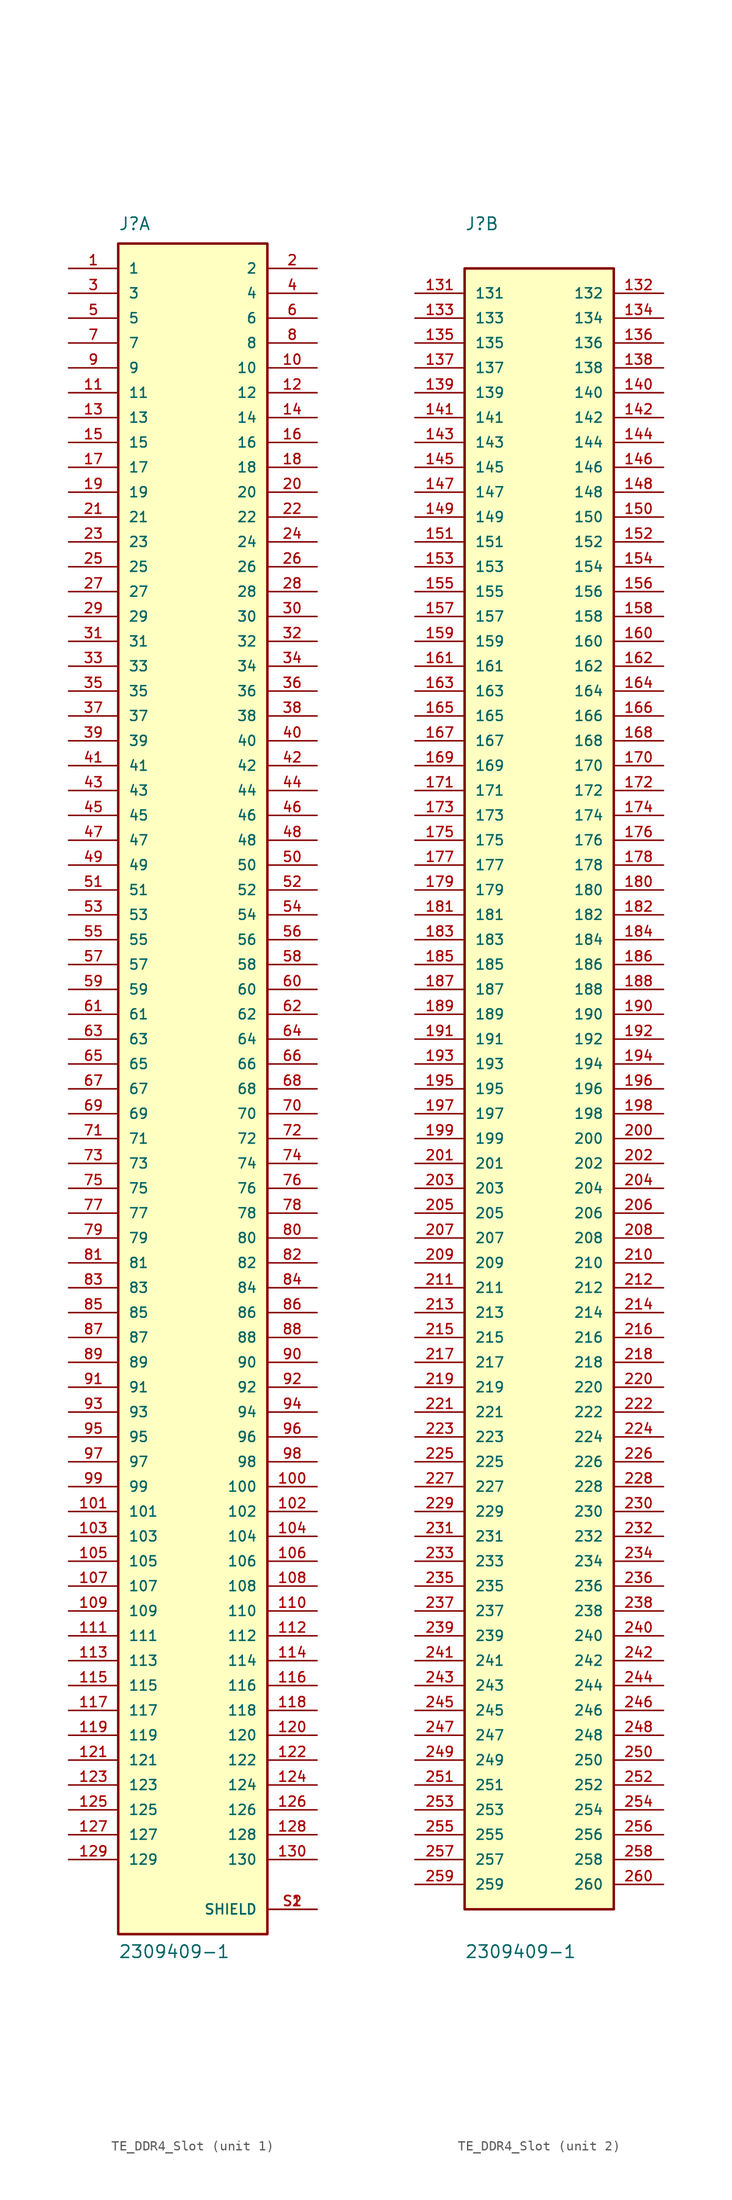
<source format=kicad_sym>
(kicad_symbol_lib
  (version 20231120)
  (generator "kicad_symbol_editor")
  (generator_version "8.0")
  (symbol "TE_DDR4_Slot"
    (pin_names
      (offset 1.016))
    (property "Reference" "J"
      (at -7.62 87.63 0)
      (effects (font (size 1.27 1.27)) (justify left bottom)))
    (property "Value" "2309409-1"
      (at -7.62 -88.9 0)
      (effects (font (size 1.27 1.27)) (justify left bottom)))
    (symbol "TE_DDR4_Slot_1_0"
      (rectangle (start -7.62 -86.36) (end 7.62 86.36) (stroke (width 0.254) (type default)) (fill (type background)))
      (pin passive line (at -12.7 83.82 0) (length 5.08) (name "1" (effects (font (size 1.016 1.016)))) (number "1" (effects (font (size 1.016 1.016)))))
      (pin passive line (at 12.7 73.66 180) (length 5.08) (name "10" (effects (font (size 1.016 1.016)))) (number "10" (effects (font (size 1.016 1.016)))))
      (pin passive line (at 12.7 -40.64 180) (length 5.08) (name "100" (effects (font (size 1.016 1.016)))) (number "100" (effects (font (size 1.016 1.016)))))
      (pin passive line (at -12.7 -43.18 0) (length 5.08) (name "101" (effects (font (size 1.016 1.016)))) (number "101" (effects (font (size 1.016 1.016)))))
      (pin passive line (at 12.7 -43.18 180) (length 5.08) (name "102" (effects (font (size 1.016 1.016)))) (number "102" (effects (font (size 1.016 1.016)))))
      (pin passive line (at -12.7 -45.72 0) (length 5.08) (name "103" (effects (font (size 1.016 1.016)))) (number "103" (effects (font (size 1.016 1.016)))))
      (pin passive line (at 12.7 -45.72 180) (length 5.08) (name "104" (effects (font (size 1.016 1.016)))) (number "104" (effects (font (size 1.016 1.016)))))
      (pin passive line (at -12.7 -48.26 0) (length 5.08) (name "105" (effects (font (size 1.016 1.016)))) (number "105" (effects (font (size 1.016 1.016)))))
      (pin passive line (at 12.7 -48.26 180) (length 5.08) (name "106" (effects (font (size 1.016 1.016)))) (number "106" (effects (font (size 1.016 1.016)))))
      (pin passive line (at -12.7 -50.8 0) (length 5.08) (name "107" (effects (font (size 1.016 1.016)))) (number "107" (effects (font (size 1.016 1.016)))))
      (pin passive line (at 12.7 -50.8 180) (length 5.08) (name "108" (effects (font (size 1.016 1.016)))) (number "108" (effects (font (size 1.016 1.016)))))
      (pin passive line (at -12.7 -53.34 0) (length 5.08) (name "109" (effects (font (size 1.016 1.016)))) (number "109" (effects (font (size 1.016 1.016)))))
      (pin passive line (at -12.7 71.12 0) (length 5.08) (name "11" (effects (font (size 1.016 1.016)))) (number "11" (effects (font (size 1.016 1.016)))))
      (pin passive line (at 12.7 -53.34 180) (length 5.08) (name "110" (effects (font (size 1.016 1.016)))) (number "110" (effects (font (size 1.016 1.016)))))
      (pin passive line (at -12.7 -55.88 0) (length 5.08) (name "111" (effects (font (size 1.016 1.016)))) (number "111" (effects (font (size 1.016 1.016)))))
      (pin passive line (at 12.7 -55.88 180) (length 5.08) (name "112" (effects (font (size 1.016 1.016)))) (number "112" (effects (font (size 1.016 1.016)))))
      (pin passive line (at -12.7 -58.42 0) (length 5.08) (name "113" (effects (font (size 1.016 1.016)))) (number "113" (effects (font (size 1.016 1.016)))))
      (pin passive line (at 12.7 -58.42 180) (length 5.08) (name "114" (effects (font (size 1.016 1.016)))) (number "114" (effects (font (size 1.016 1.016)))))
      (pin passive line (at -12.7 -60.96 0) (length 5.08) (name "115" (effects (font (size 1.016 1.016)))) (number "115" (effects (font (size 1.016 1.016)))))
      (pin passive line (at 12.7 -60.96 180) (length 5.08) (name "116" (effects (font (size 1.016 1.016)))) (number "116" (effects (font (size 1.016 1.016)))))
      (pin passive line (at -12.7 -63.5 0) (length 5.08) (name "117" (effects (font (size 1.016 1.016)))) (number "117" (effects (font (size 1.016 1.016)))))
      (pin passive line (at 12.7 -63.5 180) (length 5.08) (name "118" (effects (font (size 1.016 1.016)))) (number "118" (effects (font (size 1.016 1.016)))))
      (pin passive line (at -12.7 -66.04 0) (length 5.08) (name "119" (effects (font (size 1.016 1.016)))) (number "119" (effects (font (size 1.016 1.016)))))
      (pin passive line (at 12.7 71.12 180) (length 5.08) (name "12" (effects (font (size 1.016 1.016)))) (number "12" (effects (font (size 1.016 1.016)))))
      (pin passive line (at 12.7 -66.04 180) (length 5.08) (name "120" (effects (font (size 1.016 1.016)))) (number "120" (effects (font (size 1.016 1.016)))))
      (pin passive line (at -12.7 -68.58 0) (length 5.08) (name "121" (effects (font (size 1.016 1.016)))) (number "121" (effects (font (size 1.016 1.016)))))
      (pin passive line (at 12.7 -68.58 180) (length 5.08) (name "122" (effects (font (size 1.016 1.016)))) (number "122" (effects (font (size 1.016 1.016)))))
      (pin passive line (at -12.7 -71.12 0) (length 5.08) (name "123" (effects (font (size 1.016 1.016)))) (number "123" (effects (font (size 1.016 1.016)))))
      (pin passive line (at 12.7 -71.12 180) (length 5.08) (name "124" (effects (font (size 1.016 1.016)))) (number "124" (effects (font (size 1.016 1.016)))))
      (pin passive line (at -12.7 -73.66 0) (length 5.08) (name "125" (effects (font (size 1.016 1.016)))) (number "125" (effects (font (size 1.016 1.016)))))
      (pin passive line (at 12.7 -73.66 180) (length 5.08) (name "126" (effects (font (size 1.016 1.016)))) (number "126" (effects (font (size 1.016 1.016)))))
      (pin passive line (at -12.7 -76.2 0) (length 5.08) (name "127" (effects (font (size 1.016 1.016)))) (number "127" (effects (font (size 1.016 1.016)))))
      (pin passive line (at 12.7 -76.2 180) (length 5.08) (name "128" (effects (font (size 1.016 1.016)))) (number "128" (effects (font (size 1.016 1.016)))))
      (pin passive line (at -12.7 -78.74 0) (length 5.08) (name "129" (effects (font (size 1.016 1.016)))) (number "129" (effects (font (size 1.016 1.016)))))
      (pin passive line (at -12.7 68.58 0) (length 5.08) (name "13" (effects (font (size 1.016 1.016)))) (number "13" (effects (font (size 1.016 1.016)))))
      (pin passive line (at 12.7 -78.74 180) (length 5.08) (name "130" (effects (font (size 1.016 1.016)))) (number "130" (effects (font (size 1.016 1.016)))))
      (pin passive line (at 12.7 68.58 180) (length 5.08) (name "14" (effects (font (size 1.016 1.016)))) (number "14" (effects (font (size 1.016 1.016)))))
      (pin passive line (at -12.7 66.04 0) (length 5.08) (name "15" (effects (font (size 1.016 1.016)))) (number "15" (effects (font (size 1.016 1.016)))))
      (pin passive line (at 12.7 66.04 180) (length 5.08) (name "16" (effects (font (size 1.016 1.016)))) (number "16" (effects (font (size 1.016 1.016)))))
      (pin passive line (at -12.7 63.5 0) (length 5.08) (name "17" (effects (font (size 1.016 1.016)))) (number "17" (effects (font (size 1.016 1.016)))))
      (pin passive line (at 12.7 63.5 180) (length 5.08) (name "18" (effects (font (size 1.016 1.016)))) (number "18" (effects (font (size 1.016 1.016)))))
      (pin passive line (at -12.7 60.96 0) (length 5.08) (name "19" (effects (font (size 1.016 1.016)))) (number "19" (effects (font (size 1.016 1.016)))))
      (pin passive line (at 12.7 83.82 180) (length 5.08) (name "2" (effects (font (size 1.016 1.016)))) (number "2" (effects (font (size 1.016 1.016)))))
      (pin passive line (at 12.7 60.96 180) (length 5.08) (name "20" (effects (font (size 1.016 1.016)))) (number "20" (effects (font (size 1.016 1.016)))))
      (pin passive line (at -12.7 58.42 0) (length 5.08) (name "21" (effects (font (size 1.016 1.016)))) (number "21" (effects (font (size 1.016 1.016)))))
      (pin passive line (at 12.7 58.42 180) (length 5.08) (name "22" (effects (font (size 1.016 1.016)))) (number "22" (effects (font (size 1.016 1.016)))))
      (pin passive line (at -12.7 55.88 0) (length 5.08) (name "23" (effects (font (size 1.016 1.016)))) (number "23" (effects (font (size 1.016 1.016)))))
      (pin passive line (at 12.7 55.88 180) (length 5.08) (name "24" (effects (font (size 1.016 1.016)))) (number "24" (effects (font (size 1.016 1.016)))))
      (pin passive line (at -12.7 53.34 0) (length 5.08) (name "25" (effects (font (size 1.016 1.016)))) (number "25" (effects (font (size 1.016 1.016)))))
      (pin passive line (at 12.7 53.34 180) (length 5.08) (name "26" (effects (font (size 1.016 1.016)))) (number "26" (effects (font (size 1.016 1.016)))))
      (pin passive line (at -12.7 50.8 0) (length 5.08) (name "27" (effects (font (size 1.016 1.016)))) (number "27" (effects (font (size 1.016 1.016)))))
      (pin passive line (at 12.7 50.8 180) (length 5.08) (name "28" (effects (font (size 1.016 1.016)))) (number "28" (effects (font (size 1.016 1.016)))))
      (pin passive line (at -12.7 48.26 0) (length 5.08) (name "29" (effects (font (size 1.016 1.016)))) (number "29" (effects (font (size 1.016 1.016)))))
      (pin passive line (at -12.7 81.28 0) (length 5.08) (name "3" (effects (font (size 1.016 1.016)))) (number "3" (effects (font (size 1.016 1.016)))))
      (pin passive line (at 12.7 48.26 180) (length 5.08) (name "30" (effects (font (size 1.016 1.016)))) (number "30" (effects (font (size 1.016 1.016)))))
      (pin passive line (at -12.7 45.72 0) (length 5.08) (name "31" (effects (font (size 1.016 1.016)))) (number "31" (effects (font (size 1.016 1.016)))))
      (pin passive line (at 12.7 45.72 180) (length 5.08) (name "32" (effects (font (size 1.016 1.016)))) (number "32" (effects (font (size 1.016 1.016)))))
      (pin passive line (at -12.7 43.18 0) (length 5.08) (name "33" (effects (font (size 1.016 1.016)))) (number "33" (effects (font (size 1.016 1.016)))))
      (pin passive line (at 12.7 43.18 180) (length 5.08) (name "34" (effects (font (size 1.016 1.016)))) (number "34" (effects (font (size 1.016 1.016)))))
      (pin passive line (at -12.7 40.64 0) (length 5.08) (name "35" (effects (font (size 1.016 1.016)))) (number "35" (effects (font (size 1.016 1.016)))))
      (pin passive line (at 12.7 40.64 180) (length 5.08) (name "36" (effects (font (size 1.016 1.016)))) (number "36" (effects (font (size 1.016 1.016)))))
      (pin passive line (at -12.7 38.1 0) (length 5.08) (name "37" (effects (font (size 1.016 1.016)))) (number "37" (effects (font (size 1.016 1.016)))))
      (pin passive line (at 12.7 38.1 180) (length 5.08) (name "38" (effects (font (size 1.016 1.016)))) (number "38" (effects (font (size 1.016 1.016)))))
      (pin passive line (at -12.7 35.56 0) (length 5.08) (name "39" (effects (font (size 1.016 1.016)))) (number "39" (effects (font (size 1.016 1.016)))))
      (pin passive line (at 12.7 81.28 180) (length 5.08) (name "4" (effects (font (size 1.016 1.016)))) (number "4" (effects (font (size 1.016 1.016)))))
      (pin passive line (at 12.7 35.56 180) (length 5.08) (name "40" (effects (font (size 1.016 1.016)))) (number "40" (effects (font (size 1.016 1.016)))))
      (pin passive line (at -12.7 33.02 0) (length 5.08) (name "41" (effects (font (size 1.016 1.016)))) (number "41" (effects (font (size 1.016 1.016)))))
      (pin passive line (at 12.7 33.02 180) (length 5.08) (name "42" (effects (font (size 1.016 1.016)))) (number "42" (effects (font (size 1.016 1.016)))))
      (pin passive line (at -12.7 30.48 0) (length 5.08) (name "43" (effects (font (size 1.016 1.016)))) (number "43" (effects (font (size 1.016 1.016)))))
      (pin passive line (at 12.7 30.48 180) (length 5.08) (name "44" (effects (font (size 1.016 1.016)))) (number "44" (effects (font (size 1.016 1.016)))))
      (pin passive line (at -12.7 27.94 0) (length 5.08) (name "45" (effects (font (size 1.016 1.016)))) (number "45" (effects (font (size 1.016 1.016)))))
      (pin passive line (at 12.7 27.94 180) (length 5.08) (name "46" (effects (font (size 1.016 1.016)))) (number "46" (effects (font (size 1.016 1.016)))))
      (pin passive line (at -12.7 25.4 0) (length 5.08) (name "47" (effects (font (size 1.016 1.016)))) (number "47" (effects (font (size 1.016 1.016)))))
      (pin passive line (at 12.7 25.4 180) (length 5.08) (name "48" (effects (font (size 1.016 1.016)))) (number "48" (effects (font (size 1.016 1.016)))))
      (pin passive line (at -12.7 22.86 0) (length 5.08) (name "49" (effects (font (size 1.016 1.016)))) (number "49" (effects (font (size 1.016 1.016)))))
      (pin passive line (at -12.7 78.74 0) (length 5.08) (name "5" (effects (font (size 1.016 1.016)))) (number "5" (effects (font (size 1.016 1.016)))))
      (pin passive line (at 12.7 22.86 180) (length 5.08) (name "50" (effects (font (size 1.016 1.016)))) (number "50" (effects (font (size 1.016 1.016)))))
      (pin passive line (at -12.7 20.32 0) (length 5.08) (name "51" (effects (font (size 1.016 1.016)))) (number "51" (effects (font (size 1.016 1.016)))))
      (pin passive line (at 12.7 20.32 180) (length 5.08) (name "52" (effects (font (size 1.016 1.016)))) (number "52" (effects (font (size 1.016 1.016)))))
      (pin passive line (at -12.7 17.78 0) (length 5.08) (name "53" (effects (font (size 1.016 1.016)))) (number "53" (effects (font (size 1.016 1.016)))))
      (pin passive line (at 12.7 17.78 180) (length 5.08) (name "54" (effects (font (size 1.016 1.016)))) (number "54" (effects (font (size 1.016 1.016)))))
      (pin passive line (at -12.7 15.24 0) (length 5.08) (name "55" (effects (font (size 1.016 1.016)))) (number "55" (effects (font (size 1.016 1.016)))))
      (pin passive line (at 12.7 15.24 180) (length 5.08) (name "56" (effects (font (size 1.016 1.016)))) (number "56" (effects (font (size 1.016 1.016)))))
      (pin passive line (at -12.7 12.7 0) (length 5.08) (name "57" (effects (font (size 1.016 1.016)))) (number "57" (effects (font (size 1.016 1.016)))))
      (pin passive line (at 12.7 12.7 180) (length 5.08) (name "58" (effects (font (size 1.016 1.016)))) (number "58" (effects (font (size 1.016 1.016)))))
      (pin passive line (at -12.7 10.16 0) (length 5.08) (name "59" (effects (font (size 1.016 1.016)))) (number "59" (effects (font (size 1.016 1.016)))))
      (pin passive line (at 12.7 78.74 180) (length 5.08) (name "6" (effects (font (size 1.016 1.016)))) (number "6" (effects (font (size 1.016 1.016)))))
      (pin passive line (at 12.7 10.16 180) (length 5.08) (name "60" (effects (font (size 1.016 1.016)))) (number "60" (effects (font (size 1.016 1.016)))))
      (pin passive line (at -12.7 7.62 0) (length 5.08) (name "61" (effects (font (size 1.016 1.016)))) (number "61" (effects (font (size 1.016 1.016)))))
      (pin passive line (at 12.7 7.62 180) (length 5.08) (name "62" (effects (font (size 1.016 1.016)))) (number "62" (effects (font (size 1.016 1.016)))))
      (pin passive line (at -12.7 5.08 0) (length 5.08) (name "63" (effects (font (size 1.016 1.016)))) (number "63" (effects (font (size 1.016 1.016)))))
      (pin passive line (at 12.7 5.08 180) (length 5.08) (name "64" (effects (font (size 1.016 1.016)))) (number "64" (effects (font (size 1.016 1.016)))))
      (pin passive line (at -12.7 2.54 0) (length 5.08) (name "65" (effects (font (size 1.016 1.016)))) (number "65" (effects (font (size 1.016 1.016)))))
      (pin passive line (at 12.7 2.54 180) (length 5.08) (name "66" (effects (font (size 1.016 1.016)))) (number "66" (effects (font (size 1.016 1.016)))))
      (pin passive line (at -12.7 0 0) (length 5.08) (name "67" (effects (font (size 1.016 1.016)))) (number "67" (effects (font (size 1.016 1.016)))))
      (pin passive line (at 12.7 0 180) (length 5.08) (name "68" (effects (font (size 1.016 1.016)))) (number "68" (effects (font (size 1.016 1.016)))))
      (pin passive line (at -12.7 -2.54 0) (length 5.08) (name "69" (effects (font (size 1.016 1.016)))) (number "69" (effects (font (size 1.016 1.016)))))
      (pin passive line (at -12.7 76.2 0) (length 5.08) (name "7" (effects (font (size 1.016 1.016)))) (number "7" (effects (font (size 1.016 1.016)))))
      (pin passive line (at 12.7 -2.54 180) (length 5.08) (name "70" (effects (font (size 1.016 1.016)))) (number "70" (effects (font (size 1.016 1.016)))))
      (pin passive line (at -12.7 -5.08 0) (length 5.08) (name "71" (effects (font (size 1.016 1.016)))) (number "71" (effects (font (size 1.016 1.016)))))
      (pin passive line (at 12.7 -5.08 180) (length 5.08) (name "72" (effects (font (size 1.016 1.016)))) (number "72" (effects (font (size 1.016 1.016)))))
      (pin passive line (at -12.7 -7.62 0) (length 5.08) (name "73" (effects (font (size 1.016 1.016)))) (number "73" (effects (font (size 1.016 1.016)))))
      (pin passive line (at 12.7 -7.62 180) (length 5.08) (name "74" (effects (font (size 1.016 1.016)))) (number "74" (effects (font (size 1.016 1.016)))))
      (pin passive line (at -12.7 -10.16 0) (length 5.08) (name "75" (effects (font (size 1.016 1.016)))) (number "75" (effects (font (size 1.016 1.016)))))
      (pin passive line (at 12.7 -10.16 180) (length 5.08) (name "76" (effects (font (size 1.016 1.016)))) (number "76" (effects (font (size 1.016 1.016)))))
      (pin passive line (at -12.7 -12.7 0) (length 5.08) (name "77" (effects (font (size 1.016 1.016)))) (number "77" (effects (font (size 1.016 1.016)))))
      (pin passive line (at 12.7 -12.7 180) (length 5.08) (name "78" (effects (font (size 1.016 1.016)))) (number "78" (effects (font (size 1.016 1.016)))))
      (pin passive line (at -12.7 -15.24 0) (length 5.08) (name "79" (effects (font (size 1.016 1.016)))) (number "79" (effects (font (size 1.016 1.016)))))
      (pin passive line (at 12.7 76.2 180) (length 5.08) (name "8" (effects (font (size 1.016 1.016)))) (number "8" (effects (font (size 1.016 1.016)))))
      (pin passive line (at 12.7 -15.24 180) (length 5.08) (name "80" (effects (font (size 1.016 1.016)))) (number "80" (effects (font (size 1.016 1.016)))))
      (pin passive line (at -12.7 -17.78 0) (length 5.08) (name "81" (effects (font (size 1.016 1.016)))) (number "81" (effects (font (size 1.016 1.016)))))
      (pin passive line (at 12.7 -17.78 180) (length 5.08) (name "82" (effects (font (size 1.016 1.016)))) (number "82" (effects (font (size 1.016 1.016)))))
      (pin passive line (at -12.7 -20.32 0) (length 5.08) (name "83" (effects (font (size 1.016 1.016)))) (number "83" (effects (font (size 1.016 1.016)))))
      (pin passive line (at 12.7 -20.32 180) (length 5.08) (name "84" (effects (font (size 1.016 1.016)))) (number "84" (effects (font (size 1.016 1.016)))))
      (pin passive line (at -12.7 -22.86 0) (length 5.08) (name "85" (effects (font (size 1.016 1.016)))) (number "85" (effects (font (size 1.016 1.016)))))
      (pin passive line (at 12.7 -22.86 180) (length 5.08) (name "86" (effects (font (size 1.016 1.016)))) (number "86" (effects (font (size 1.016 1.016)))))
      (pin passive line (at -12.7 -25.4 0) (length 5.08) (name "87" (effects (font (size 1.016 1.016)))) (number "87" (effects (font (size 1.016 1.016)))))
      (pin passive line (at 12.7 -25.4 180) (length 5.08) (name "88" (effects (font (size 1.016 1.016)))) (number "88" (effects (font (size 1.016 1.016)))))
      (pin passive line (at -12.7 -27.94 0) (length 5.08) (name "89" (effects (font (size 1.016 1.016)))) (number "89" (effects (font (size 1.016 1.016)))))
      (pin passive line (at -12.7 73.66 0) (length 5.08) (name "9" (effects (font (size 1.016 1.016)))) (number "9" (effects (font (size 1.016 1.016)))))
      (pin passive line (at 12.7 -27.94 180) (length 5.08) (name "90" (effects (font (size 1.016 1.016)))) (number "90" (effects (font (size 1.016 1.016)))))
      (pin passive line (at -12.7 -30.48 0) (length 5.08) (name "91" (effects (font (size 1.016 1.016)))) (number "91" (effects (font (size 1.016 1.016)))))
      (pin passive line (at 12.7 -30.48 180) (length 5.08) (name "92" (effects (font (size 1.016 1.016)))) (number "92" (effects (font (size 1.016 1.016)))))
      (pin passive line (at -12.7 -33.02 0) (length 5.08) (name "93" (effects (font (size 1.016 1.016)))) (number "93" (effects (font (size 1.016 1.016)))))
      (pin passive line (at 12.7 -33.02 180) (length 5.08) (name "94" (effects (font (size 1.016 1.016)))) (number "94" (effects (font (size 1.016 1.016)))))
      (pin passive line (at -12.7 -35.56 0) (length 5.08) (name "95" (effects (font (size 1.016 1.016)))) (number "95" (effects (font (size 1.016 1.016)))))
      (pin passive line (at 12.7 -35.56 180) (length 5.08) (name "96" (effects (font (size 1.016 1.016)))) (number "96" (effects (font (size 1.016 1.016)))))
      (pin passive line (at -12.7 -38.1 0) (length 5.08) (name "97" (effects (font (size 1.016 1.016)))) (number "97" (effects (font (size 1.016 1.016)))))
      (pin passive line (at 12.7 -38.1 180) (length 5.08) (name "98" (effects (font (size 1.016 1.016)))) (number "98" (effects (font (size 1.016 1.016)))))
      (pin passive line (at -12.7 -40.64 0) (length 5.08) (name "99" (effects (font (size 1.016 1.016)))) (number "99" (effects (font (size 1.016 1.016)))))
      (pin passive line (at 12.7 -83.82 180) (length 5.08) (name "SHIELD" (effects (font (size 1.016 1.016)))) (number "S1" (effects (font (size 1.016 1.016)))))
      (pin passive line (at 12.7 -83.82 180) (length 5.08) (name "SHIELD" (effects (font (size 1.016 1.016)))) (number "S2" (effects (font (size 1.016 1.016))))))
    (symbol "TE_DDR4_Slot_2_0"
      (rectangle (start -7.62 -83.82) (end 7.62 83.82) (stroke (width 0.254) (type default)) (fill (type background)))
      (pin passive line (at -12.7 81.28 0) (length 5.08) (name "131" (effects (font (size 1.016 1.016)))) (number "131" (effects (font (size 1.016 1.016)))))
      (pin passive line (at 12.7 81.28 180) (length 5.08) (name "132" (effects (font (size 1.016 1.016)))) (number "132" (effects (font (size 1.016 1.016)))))
      (pin passive line (at -12.7 78.74 0) (length 5.08) (name "133" (effects (font (size 1.016 1.016)))) (number "133" (effects (font (size 1.016 1.016)))))
      (pin passive line (at 12.7 78.74 180) (length 5.08) (name "134" (effects (font (size 1.016 1.016)))) (number "134" (effects (font (size 1.016 1.016)))))
      (pin passive line (at -12.7 76.2 0) (length 5.08) (name "135" (effects (font (size 1.016 1.016)))) (number "135" (effects (font (size 1.016 1.016)))))
      (pin passive line (at 12.7 76.2 180) (length 5.08) (name "136" (effects (font (size 1.016 1.016)))) (number "136" (effects (font (size 1.016 1.016)))))
      (pin passive line (at -12.7 73.66 0) (length 5.08) (name "137" (effects (font (size 1.016 1.016)))) (number "137" (effects (font (size 1.016 1.016)))))
      (pin passive line (at 12.7 73.66 180) (length 5.08) (name "138" (effects (font (size 1.016 1.016)))) (number "138" (effects (font (size 1.016 1.016)))))
      (pin passive line (at -12.7 71.12 0) (length 5.08) (name "139" (effects (font (size 1.016 1.016)))) (number "139" (effects (font (size 1.016 1.016)))))
      (pin passive line (at 12.7 71.12 180) (length 5.08) (name "140" (effects (font (size 1.016 1.016)))) (number "140" (effects (font (size 1.016 1.016)))))
      (pin passive line (at -12.7 68.58 0) (length 5.08) (name "141" (effects (font (size 1.016 1.016)))) (number "141" (effects (font (size 1.016 1.016)))))
      (pin passive line (at 12.7 68.58 180) (length 5.08) (name "142" (effects (font (size 1.016 1.016)))) (number "142" (effects (font (size 1.016 1.016)))))
      (pin passive line (at -12.7 66.04 0) (length 5.08) (name "143" (effects (font (size 1.016 1.016)))) (number "143" (effects (font (size 1.016 1.016)))))
      (pin passive line (at 12.7 66.04 180) (length 5.08) (name "144" (effects (font (size 1.016 1.016)))) (number "144" (effects (font (size 1.016 1.016)))))
      (pin passive line (at -12.7 63.5 0) (length 5.08) (name "145" (effects (font (size 1.016 1.016)))) (number "145" (effects (font (size 1.016 1.016)))))
      (pin passive line (at 12.7 63.5 180) (length 5.08) (name "146" (effects (font (size 1.016 1.016)))) (number "146" (effects (font (size 1.016 1.016)))))
      (pin passive line (at -12.7 60.96 0) (length 5.08) (name "147" (effects (font (size 1.016 1.016)))) (number "147" (effects (font (size 1.016 1.016)))))
      (pin passive line (at 12.7 60.96 180) (length 5.08) (name "148" (effects (font (size 1.016 1.016)))) (number "148" (effects (font (size 1.016 1.016)))))
      (pin passive line (at -12.7 58.42 0) (length 5.08) (name "149" (effects (font (size 1.016 1.016)))) (number "149" (effects (font (size 1.016 1.016)))))
      (pin passive line (at 12.7 58.42 180) (length 5.08) (name "150" (effects (font (size 1.016 1.016)))) (number "150" (effects (font (size 1.016 1.016)))))
      (pin passive line (at -12.7 55.88 0) (length 5.08) (name "151" (effects (font (size 1.016 1.016)))) (number "151" (effects (font (size 1.016 1.016)))))
      (pin passive line (at 12.7 55.88 180) (length 5.08) (name "152" (effects (font (size 1.016 1.016)))) (number "152" (effects (font (size 1.016 1.016)))))
      (pin passive line (at -12.7 53.34 0) (length 5.08) (name "153" (effects (font (size 1.016 1.016)))) (number "153" (effects (font (size 1.016 1.016)))))
      (pin passive line (at 12.7 53.34 180) (length 5.08) (name "154" (effects (font (size 1.016 1.016)))) (number "154" (effects (font (size 1.016 1.016)))))
      (pin passive line (at -12.7 50.8 0) (length 5.08) (name "155" (effects (font (size 1.016 1.016)))) (number "155" (effects (font (size 1.016 1.016)))))
      (pin passive line (at 12.7 50.8 180) (length 5.08) (name "156" (effects (font (size 1.016 1.016)))) (number "156" (effects (font (size 1.016 1.016)))))
      (pin passive line (at -12.7 48.26 0) (length 5.08) (name "157" (effects (font (size 1.016 1.016)))) (number "157" (effects (font (size 1.016 1.016)))))
      (pin passive line (at 12.7 48.26 180) (length 5.08) (name "158" (effects (font (size 1.016 1.016)))) (number "158" (effects (font (size 1.016 1.016)))))
      (pin passive line (at -12.7 45.72 0) (length 5.08) (name "159" (effects (font (size 1.016 1.016)))) (number "159" (effects (font (size 1.016 1.016)))))
      (pin passive line (at 12.7 45.72 180) (length 5.08) (name "160" (effects (font (size 1.016 1.016)))) (number "160" (effects (font (size 1.016 1.016)))))
      (pin passive line (at -12.7 43.18 0) (length 5.08) (name "161" (effects (font (size 1.016 1.016)))) (number "161" (effects (font (size 1.016 1.016)))))
      (pin passive line (at 12.7 43.18 180) (length 5.08) (name "162" (effects (font (size 1.016 1.016)))) (number "162" (effects (font (size 1.016 1.016)))))
      (pin passive line (at -12.7 40.64 0) (length 5.08) (name "163" (effects (font (size 1.016 1.016)))) (number "163" (effects (font (size 1.016 1.016)))))
      (pin passive line (at 12.7 40.64 180) (length 5.08) (name "164" (effects (font (size 1.016 1.016)))) (number "164" (effects (font (size 1.016 1.016)))))
      (pin passive line (at -12.7 38.1 0) (length 5.08) (name "165" (effects (font (size 1.016 1.016)))) (number "165" (effects (font (size 1.016 1.016)))))
      (pin passive line (at 12.7 38.1 180) (length 5.08) (name "166" (effects (font (size 1.016 1.016)))) (number "166" (effects (font (size 1.016 1.016)))))
      (pin passive line (at -12.7 35.56 0) (length 5.08) (name "167" (effects (font (size 1.016 1.016)))) (number "167" (effects (font (size 1.016 1.016)))))
      (pin passive line (at 12.7 35.56 180) (length 5.08) (name "168" (effects (font (size 1.016 1.016)))) (number "168" (effects (font (size 1.016 1.016)))))
      (pin passive line (at -12.7 33.02 0) (length 5.08) (name "169" (effects (font (size 1.016 1.016)))) (number "169" (effects (font (size 1.016 1.016)))))
      (pin passive line (at 12.7 33.02 180) (length 5.08) (name "170" (effects (font (size 1.016 1.016)))) (number "170" (effects (font (size 1.016 1.016)))))
      (pin passive line (at -12.7 30.48 0) (length 5.08) (name "171" (effects (font (size 1.016 1.016)))) (number "171" (effects (font (size 1.016 1.016)))))
      (pin passive line (at 12.7 30.48 180) (length 5.08) (name "172" (effects (font (size 1.016 1.016)))) (number "172" (effects (font (size 1.016 1.016)))))
      (pin passive line (at -12.7 27.94 0) (length 5.08) (name "173" (effects (font (size 1.016 1.016)))) (number "173" (effects (font (size 1.016 1.016)))))
      (pin passive line (at 12.7 27.94 180) (length 5.08) (name "174" (effects (font (size 1.016 1.016)))) (number "174" (effects (font (size 1.016 1.016)))))
      (pin passive line (at -12.7 25.4 0) (length 5.08) (name "175" (effects (font (size 1.016 1.016)))) (number "175" (effects (font (size 1.016 1.016)))))
      (pin passive line (at 12.7 25.4 180) (length 5.08) (name "176" (effects (font (size 1.016 1.016)))) (number "176" (effects (font (size 1.016 1.016)))))
      (pin passive line (at -12.7 22.86 0) (length 5.08) (name "177" (effects (font (size 1.016 1.016)))) (number "177" (effects (font (size 1.016 1.016)))))
      (pin passive line (at 12.7 22.86 180) (length 5.08) (name "178" (effects (font (size 1.016 1.016)))) (number "178" (effects (font (size 1.016 1.016)))))
      (pin passive line (at -12.7 20.32 0) (length 5.08) (name "179" (effects (font (size 1.016 1.016)))) (number "179" (effects (font (size 1.016 1.016)))))
      (pin passive line (at 12.7 20.32 180) (length 5.08) (name "180" (effects (font (size 1.016 1.016)))) (number "180" (effects (font (size 1.016 1.016)))))
      (pin passive line (at -12.7 17.78 0) (length 5.08) (name "181" (effects (font (size 1.016 1.016)))) (number "181" (effects (font (size 1.016 1.016)))))
      (pin passive line (at 12.7 17.78 180) (length 5.08) (name "182" (effects (font (size 1.016 1.016)))) (number "182" (effects (font (size 1.016 1.016)))))
      (pin passive line (at -12.7 15.24 0) (length 5.08) (name "183" (effects (font (size 1.016 1.016)))) (number "183" (effects (font (size 1.016 1.016)))))
      (pin passive line (at 12.7 15.24 180) (length 5.08) (name "184" (effects (font (size 1.016 1.016)))) (number "184" (effects (font (size 1.016 1.016)))))
      (pin passive line (at -12.7 12.7 0) (length 5.08) (name "185" (effects (font (size 1.016 1.016)))) (number "185" (effects (font (size 1.016 1.016)))))
      (pin passive line (at 12.7 12.7 180) (length 5.08) (name "186" (effects (font (size 1.016 1.016)))) (number "186" (effects (font (size 1.016 1.016)))))
      (pin passive line (at -12.7 10.16 0) (length 5.08) (name "187" (effects (font (size 1.016 1.016)))) (number "187" (effects (font (size 1.016 1.016)))))
      (pin passive line (at 12.7 10.16 180) (length 5.08) (name "188" (effects (font (size 1.016 1.016)))) (number "188" (effects (font (size 1.016 1.016)))))
      (pin passive line (at -12.7 7.62 0) (length 5.08) (name "189" (effects (font (size 1.016 1.016)))) (number "189" (effects (font (size 1.016 1.016)))))
      (pin passive line (at 12.7 7.62 180) (length 5.08) (name "190" (effects (font (size 1.016 1.016)))) (number "190" (effects (font (size 1.016 1.016)))))
      (pin passive line (at -12.7 5.08 0) (length 5.08) (name "191" (effects (font (size 1.016 1.016)))) (number "191" (effects (font (size 1.016 1.016)))))
      (pin passive line (at 12.7 5.08 180) (length 5.08) (name "192" (effects (font (size 1.016 1.016)))) (number "192" (effects (font (size 1.016 1.016)))))
      (pin passive line (at -12.7 2.54 0) (length 5.08) (name "193" (effects (font (size 1.016 1.016)))) (number "193" (effects (font (size 1.016 1.016)))))
      (pin passive line (at 12.7 2.54 180) (length 5.08) (name "194" (effects (font (size 1.016 1.016)))) (number "194" (effects (font (size 1.016 1.016)))))
      (pin passive line (at -12.7 0 0) (length 5.08) (name "195" (effects (font (size 1.016 1.016)))) (number "195" (effects (font (size 1.016 1.016)))))
      (pin passive line (at 12.7 0 180) (length 5.08) (name "196" (effects (font (size 1.016 1.016)))) (number "196" (effects (font (size 1.016 1.016)))))
      (pin passive line (at -12.7 -2.54 0) (length 5.08) (name "197" (effects (font (size 1.016 1.016)))) (number "197" (effects (font (size 1.016 1.016)))))
      (pin passive line (at 12.7 -2.54 180) (length 5.08) (name "198" (effects (font (size 1.016 1.016)))) (number "198" (effects (font (size 1.016 1.016)))))
      (pin passive line (at -12.7 -5.08 0) (length 5.08) (name "199" (effects (font (size 1.016 1.016)))) (number "199" (effects (font (size 1.016 1.016)))))
      (pin passive line (at 12.7 -5.08 180) (length 5.08) (name "200" (effects (font (size 1.016 1.016)))) (number "200" (effects (font (size 1.016 1.016)))))
      (pin passive line (at -12.7 -7.62 0) (length 5.08) (name "201" (effects (font (size 1.016 1.016)))) (number "201" (effects (font (size 1.016 1.016)))))
      (pin passive line (at 12.7 -7.62 180) (length 5.08) (name "202" (effects (font (size 1.016 1.016)))) (number "202" (effects (font (size 1.016 1.016)))))
      (pin passive line (at -12.7 -10.16 0) (length 5.08) (name "203" (effects (font (size 1.016 1.016)))) (number "203" (effects (font (size 1.016 1.016)))))
      (pin passive line (at 12.7 -10.16 180) (length 5.08) (name "204" (effects (font (size 1.016 1.016)))) (number "204" (effects (font (size 1.016 1.016)))))
      (pin passive line (at -12.7 -12.7 0) (length 5.08) (name "205" (effects (font (size 1.016 1.016)))) (number "205" (effects (font (size 1.016 1.016)))))
      (pin passive line (at 12.7 -12.7 180) (length 5.08) (name "206" (effects (font (size 1.016 1.016)))) (number "206" (effects (font (size 1.016 1.016)))))
      (pin passive line (at -12.7 -15.24 0) (length 5.08) (name "207" (effects (font (size 1.016 1.016)))) (number "207" (effects (font (size 1.016 1.016)))))
      (pin passive line (at 12.7 -15.24 180) (length 5.08) (name "208" (effects (font (size 1.016 1.016)))) (number "208" (effects (font (size 1.016 1.016)))))
      (pin passive line (at -12.7 -17.78 0) (length 5.08) (name "209" (effects (font (size 1.016 1.016)))) (number "209" (effects (font (size 1.016 1.016)))))
      (pin passive line (at 12.7 -17.78 180) (length 5.08) (name "210" (effects (font (size 1.016 1.016)))) (number "210" (effects (font (size 1.016 1.016)))))
      (pin passive line (at -12.7 -20.32 0) (length 5.08) (name "211" (effects (font (size 1.016 1.016)))) (number "211" (effects (font (size 1.016 1.016)))))
      (pin passive line (at 12.7 -20.32 180) (length 5.08) (name "212" (effects (font (size 1.016 1.016)))) (number "212" (effects (font (size 1.016 1.016)))))
      (pin passive line (at -12.7 -22.86 0) (length 5.08) (name "213" (effects (font (size 1.016 1.016)))) (number "213" (effects (font (size 1.016 1.016)))))
      (pin passive line (at 12.7 -22.86 180) (length 5.08) (name "214" (effects (font (size 1.016 1.016)))) (number "214" (effects (font (size 1.016 1.016)))))
      (pin passive line (at -12.7 -25.4 0) (length 5.08) (name "215" (effects (font (size 1.016 1.016)))) (number "215" (effects (font (size 1.016 1.016)))))
      (pin passive line (at 12.7 -25.4 180) (length 5.08) (name "216" (effects (font (size 1.016 1.016)))) (number "216" (effects (font (size 1.016 1.016)))))
      (pin passive line (at -12.7 -27.94 0) (length 5.08) (name "217" (effects (font (size 1.016 1.016)))) (number "217" (effects (font (size 1.016 1.016)))))
      (pin passive line (at 12.7 -27.94 180) (length 5.08) (name "218" (effects (font (size 1.016 1.016)))) (number "218" (effects (font (size 1.016 1.016)))))
      (pin passive line (at -12.7 -30.48 0) (length 5.08) (name "219" (effects (font (size 1.016 1.016)))) (number "219" (effects (font (size 1.016 1.016)))))
      (pin passive line (at 12.7 -30.48 180) (length 5.08) (name "220" (effects (font (size 1.016 1.016)))) (number "220" (effects (font (size 1.016 1.016)))))
      (pin passive line (at -12.7 -33.02 0) (length 5.08) (name "221" (effects (font (size 1.016 1.016)))) (number "221" (effects (font (size 1.016 1.016)))))
      (pin passive line (at 12.7 -33.02 180) (length 5.08) (name "222" (effects (font (size 1.016 1.016)))) (number "222" (effects (font (size 1.016 1.016)))))
      (pin passive line (at -12.7 -35.56 0) (length 5.08) (name "223" (effects (font (size 1.016 1.016)))) (number "223" (effects (font (size 1.016 1.016)))))
      (pin passive line (at 12.7 -35.56 180) (length 5.08) (name "224" (effects (font (size 1.016 1.016)))) (number "224" (effects (font (size 1.016 1.016)))))
      (pin passive line (at -12.7 -38.1 0) (length 5.08) (name "225" (effects (font (size 1.016 1.016)))) (number "225" (effects (font (size 1.016 1.016)))))
      (pin passive line (at 12.7 -38.1 180) (length 5.08) (name "226" (effects (font (size 1.016 1.016)))) (number "226" (effects (font (size 1.016 1.016)))))
      (pin passive line (at -12.7 -40.64 0) (length 5.08) (name "227" (effects (font (size 1.016 1.016)))) (number "227" (effects (font (size 1.016 1.016)))))
      (pin passive line (at 12.7 -40.64 180) (length 5.08) (name "228" (effects (font (size 1.016 1.016)))) (number "228" (effects (font (size 1.016 1.016)))))
      (pin passive line (at -12.7 -43.18 0) (length 5.08) (name "229" (effects (font (size 1.016 1.016)))) (number "229" (effects (font (size 1.016 1.016)))))
      (pin passive line (at 12.7 -43.18 180) (length 5.08) (name "230" (effects (font (size 1.016 1.016)))) (number "230" (effects (font (size 1.016 1.016)))))
      (pin passive line (at -12.7 -45.72 0) (length 5.08) (name "231" (effects (font (size 1.016 1.016)))) (number "231" (effects (font (size 1.016 1.016)))))
      (pin passive line (at 12.7 -45.72 180) (length 5.08) (name "232" (effects (font (size 1.016 1.016)))) (number "232" (effects (font (size 1.016 1.016)))))
      (pin passive line (at -12.7 -48.26 0) (length 5.08) (name "233" (effects (font (size 1.016 1.016)))) (number "233" (effects (font (size 1.016 1.016)))))
      (pin passive line (at 12.7 -48.26 180) (length 5.08) (name "234" (effects (font (size 1.016 1.016)))) (number "234" (effects (font (size 1.016 1.016)))))
      (pin passive line (at -12.7 -50.8 0) (length 5.08) (name "235" (effects (font (size 1.016 1.016)))) (number "235" (effects (font (size 1.016 1.016)))))
      (pin passive line (at 12.7 -50.8 180) (length 5.08) (name "236" (effects (font (size 1.016 1.016)))) (number "236" (effects (font (size 1.016 1.016)))))
      (pin passive line (at -12.7 -53.34 0) (length 5.08) (name "237" (effects (font (size 1.016 1.016)))) (number "237" (effects (font (size 1.016 1.016)))))
      (pin passive line (at 12.7 -53.34 180) (length 5.08) (name "238" (effects (font (size 1.016 1.016)))) (number "238" (effects (font (size 1.016 1.016)))))
      (pin passive line (at -12.7 -55.88 0) (length 5.08) (name "239" (effects (font (size 1.016 1.016)))) (number "239" (effects (font (size 1.016 1.016)))))
      (pin passive line (at 12.7 -55.88 180) (length 5.08) (name "240" (effects (font (size 1.016 1.016)))) (number "240" (effects (font (size 1.016 1.016)))))
      (pin passive line (at -12.7 -58.42 0) (length 5.08) (name "241" (effects (font (size 1.016 1.016)))) (number "241" (effects (font (size 1.016 1.016)))))
      (pin passive line (at 12.7 -58.42 180) (length 5.08) (name "242" (effects (font (size 1.016 1.016)))) (number "242" (effects (font (size 1.016 1.016)))))
      (pin passive line (at -12.7 -60.96 0) (length 5.08) (name "243" (effects (font (size 1.016 1.016)))) (number "243" (effects (font (size 1.016 1.016)))))
      (pin passive line (at 12.7 -60.96 180) (length 5.08) (name "244" (effects (font (size 1.016 1.016)))) (number "244" (effects (font (size 1.016 1.016)))))
      (pin passive line (at -12.7 -63.5 0) (length 5.08) (name "245" (effects (font (size 1.016 1.016)))) (number "245" (effects (font (size 1.016 1.016)))))
      (pin passive line (at 12.7 -63.5 180) (length 5.08) (name "246" (effects (font (size 1.016 1.016)))) (number "246" (effects (font (size 1.016 1.016)))))
      (pin passive line (at -12.7 -66.04 0) (length 5.08) (name "247" (effects (font (size 1.016 1.016)))) (number "247" (effects (font (size 1.016 1.016)))))
      (pin passive line (at 12.7 -66.04 180) (length 5.08) (name "248" (effects (font (size 1.016 1.016)))) (number "248" (effects (font (size 1.016 1.016)))))
      (pin passive line (at -12.7 -68.58 0) (length 5.08) (name "249" (effects (font (size 1.016 1.016)))) (number "249" (effects (font (size 1.016 1.016)))))
      (pin passive line (at 12.7 -68.58 180) (length 5.08) (name "250" (effects (font (size 1.016 1.016)))) (number "250" (effects (font (size 1.016 1.016)))))
      (pin passive line (at -12.7 -71.12 0) (length 5.08) (name "251" (effects (font (size 1.016 1.016)))) (number "251" (effects (font (size 1.016 1.016)))))
      (pin passive line (at 12.7 -71.12 180) (length 5.08) (name "252" (effects (font (size 1.016 1.016)))) (number "252" (effects (font (size 1.016 1.016)))))
      (pin passive line (at -12.7 -73.66 0) (length 5.08) (name "253" (effects (font (size 1.016 1.016)))) (number "253" (effects (font (size 1.016 1.016)))))
      (pin passive line (at 12.7 -73.66 180) (length 5.08) (name "254" (effects (font (size 1.016 1.016)))) (number "254" (effects (font (size 1.016 1.016)))))
      (pin passive line (at -12.7 -76.2 0) (length 5.08) (name "255" (effects (font (size 1.016 1.016)))) (number "255" (effects (font (size 1.016 1.016)))))
      (pin passive line (at 12.7 -76.2 180) (length 5.08) (name "256" (effects (font (size 1.016 1.016)))) (number "256" (effects (font (size 1.016 1.016)))))
      (pin passive line (at -12.7 -78.74 0) (length 5.08) (name "257" (effects (font (size 1.016 1.016)))) (number "257" (effects (font (size 1.016 1.016)))))
      (pin passive line (at 12.7 -78.74 180) (length 5.08) (name "258" (effects (font (size 1.016 1.016)))) (number "258" (effects (font (size 1.016 1.016)))))
      (pin passive line (at -12.7 -81.28 0) (length 5.08) (name "259" (effects (font (size 1.016 1.016)))) (number "259" (effects (font (size 1.016 1.016)))))
      (pin passive line (at 12.7 -81.28 180) (length 5.08) (name "260" (effects (font (size 1.016 1.016)))) (number "260" (effects (font (size 1.016 1.016))))))))
</source>
